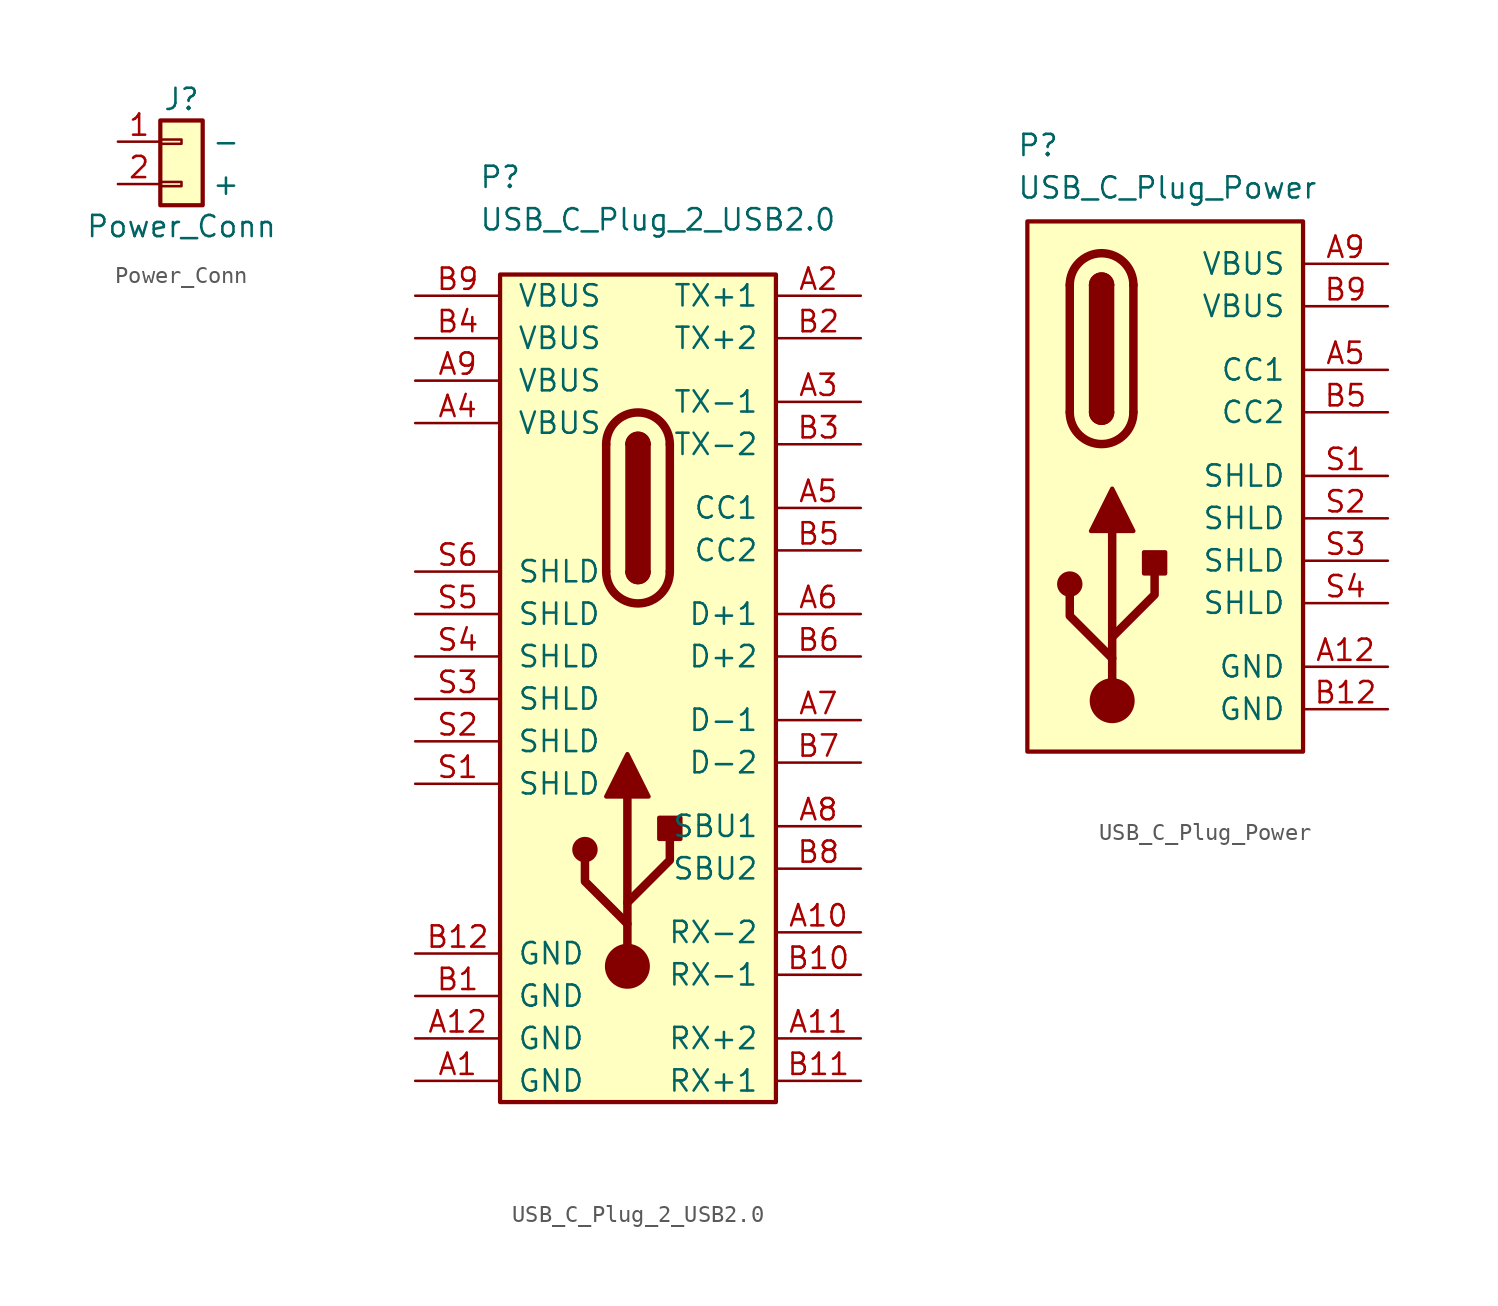
<source format=kicad_sym>
(kicad_symbol_lib
  (version 20211014)
  (generator kicad_symbol_editor)
  (symbol "Power_Conn"
    (pin_names
      (offset 3.048))
    (property "Reference" "J"
      (at 0 2.54 0)
      (effects (font (size 1.27 1.27))))
    (property "Value" "Power_Conn"
      (at 0 -5.08 0)
      (effects (font (size 1.27 1.27))))
    (symbol "Power_Conn_1_1"
      (rectangle (start -1.27 -2.413) (end 0 -2.667) (stroke (width 0.152) (type default) (color 0 0 0 0)) (fill (type none)))
      (rectangle (start -1.27 0.127) (end 0 -0.127) (stroke (width 0.152) (type default) (color 0 0 0 0)) (fill (type none)))
      (rectangle (start -1.27 1.27) (end 1.27 -3.81) (stroke (width 0.254) (type default) (color 0 0 0 0)) (fill (type background)))
      (pin passive line (at -3.81 0 0) (length 2.54) (name "-" (effects (font (size 1.27 1.27)))) (number "1" (effects (font (size 1.27 1.27)))))
      (pin passive line (at -3.81 -2.54 0) (length 2.54) (name "+" (effects (font (size 1.27 1.27)))) (number "2" (effects (font (size 1.27 1.27)))))))
  (symbol "USB_C_Plug_2_USB2.0"
    (pin_names
      (offset 1.016))
    (property "Reference" "P"
      (at -10.16 29.21 0)
      (effects (font (size 1.27 1.27)) (justify left bottom)))
    (property "Value" "USB_C_Plug_2_USB2.0"
      (at -10.16 26.67 0)
      (effects (font (size 1.27 1.27)) (justify left bottom)))
    (symbol "USB_C_Plug_2_USB2.0_0_1"
      (rectangle (start -8.89 24.13) (end 7.62 -25.4) (stroke (width 0.254) (type default) (color 0 0 0 0)) (fill (type background)))
      (circle (center -3.81 -10.287) (radius 0.635) (stroke (width 0.254) (type default) (color 0 0 0 0)) (fill (type outline)))
      (arc (start -2.54 6.35) (mid -0.635 4.445) (end 1.27 6.35) (stroke (width 0.508) (type default) (color 0 0 0 0)) (fill (type none)))
      (circle (center -1.27 -17.272) (radius 1.27) (stroke (width 0) (type default) (color 0 0 0 0)) (fill (type outline)))
      (arc (start -1.27 6.35) (mid -0.635 5.715) (end 0 6.35) (stroke (width 0.254) (type default) (color 0 0 0 0)) (fill (type none)))
      (arc (start -1.27 6.35) (mid -0.635 5.715) (end 0 6.35) (stroke (width 0.254) (type default) (color 0 0 0 0)) (fill (type outline)))
      (rectangle (start -1.27 6.35) (end 0 13.97) (stroke (width 0.254) (type default) (color 0 0 0 0)) (fill (type outline)))
      (polyline (pts (xy -2.54 6.35) (xy -2.54 13.97)) (stroke (width 0.508) (type default) (color 0 0 0 0)) (fill (type none)))
      (polyline (pts (xy -1.27 -17.272) (xy -1.27 -7.112)) (stroke (width 0.508) (type default) (color 0 0 0 0)) (fill (type none)))
      (polyline (pts (xy 1.27 13.97) (xy 1.27 6.35)) (stroke (width 0.508) (type default) (color 0 0 0 0)) (fill (type none)))
      (polyline (pts (xy -1.27 -14.732) (xy -3.81 -12.192) (xy -3.81 -10.922)) (stroke (width 0.508) (type default) (color 0 0 0 0)) (fill (type none)))
      (polyline (pts (xy -1.27 -13.462) (xy 1.27 -10.922) (xy 1.27 -9.652)) (stroke (width 0.508) (type default) (color 0 0 0 0)) (fill (type none)))
      (polyline (pts (xy -2.54 -7.112) (xy -1.27 -4.572) (xy 0 -7.112) (xy -2.54 -7.112)) (stroke (width 0.254) (type default) (color 0 0 0 0)) (fill (type outline)))
      (arc (start 0 13.97) (mid -0.635 14.605) (end -1.27 13.97) (stroke (width 0.254) (type default) (color 0 0 0 0)) (fill (type none)))
      (arc (start 0 13.97) (mid -0.635 14.605) (end -1.27 13.97) (stroke (width 0.254) (type default) (color 0 0 0 0)) (fill (type outline)))
      (rectangle (start 0.635 -9.652) (end 1.905 -8.382) (stroke (width 0.254) (type default) (color 0 0 0 0)) (fill (type outline)))
      (arc (start 1.27 13.97) (mid -0.635 15.875) (end -2.54 13.97) (stroke (width 0.508) (type default) (color 0 0 0 0)) (fill (type none))))
    (symbol "USB_C_Plug_2_USB2.0_1_1"
      (pin passive line (at -13.97 -24.13 0) (length 5.08) (name "GND" (effects (font (size 1.27 1.27)))) (number "A1" (effects (font (size 1.27 1.27)))))
      (pin bidirectional line (at 12.7 -15.24 180) (length 5.08) (name "RX-2" (effects (font (size 1.27 1.27)))) (number "A10" (effects (font (size 1.27 1.27)))))
      (pin bidirectional line (at 12.7 -21.59 180) (length 5.08) (name "RX+2" (effects (font (size 1.27 1.27)))) (number "A11" (effects (font (size 1.27 1.27)))))
      (pin passive line (at -13.97 -21.59 0) (length 5.08) (name "GND" (effects (font (size 1.27 1.27)))) (number "A12" (effects (font (size 1.27 1.27)))))
      (pin bidirectional line (at 12.7 22.86 180) (length 5.08) (name "TX+1" (effects (font (size 1.27 1.27)))) (number "A2" (effects (font (size 1.27 1.27)))))
      (pin bidirectional line (at 12.7 16.51 180) (length 5.08) (name "TX-1" (effects (font (size 1.27 1.27)))) (number "A3" (effects (font (size 1.27 1.27)))))
      (pin passive line (at -13.97 15.24 0) (length 5.08) (name "VBUS" (effects (font (size 1.27 1.27)))) (number "A4" (effects (font (size 1.27 1.27)))))
      (pin bidirectional line (at 12.7 10.16 180) (length 5.08) (name "CC1" (effects (font (size 1.27 1.27)))) (number "A5" (effects (font (size 1.27 1.27)))))
      (pin bidirectional line (at 12.7 3.81 180) (length 5.08) (name "D+1" (effects (font (size 1.27 1.27)))) (number "A6" (effects (font (size 1.27 1.27)))))
      (pin bidirectional line (at 12.7 -2.54 180) (length 5.08) (name "D-1" (effects (font (size 1.27 1.27)))) (number "A7" (effects (font (size 1.27 1.27)))))
      (pin bidirectional line (at 12.7 -8.89 180) (length 5.08) (name "SBU1" (effects (font (size 1.27 1.27)))) (number "A8" (effects (font (size 1.27 1.27)))))
      (pin passive line (at -13.97 17.78 0) (length 5.08) (name "VBUS" (effects (font (size 1.27 1.27)))) (number "A9" (effects (font (size 1.27 1.27)))))
      (pin passive line (at -13.97 -19.05 0) (length 5.08) (name "GND" (effects (font (size 1.27 1.27)))) (number "B1" (effects (font (size 1.27 1.27)))))
      (pin bidirectional line (at 12.7 -17.78 180) (length 5.08) (name "RX-1" (effects (font (size 1.27 1.27)))) (number "B10" (effects (font (size 1.27 1.27)))))
      (pin bidirectional line (at 12.7 -24.13 180) (length 5.08) (name "RX+1" (effects (font (size 1.27 1.27)))) (number "B11" (effects (font (size 1.27 1.27)))))
      (pin passive line (at -13.97 -16.51 0) (length 5.08) (name "GND" (effects (font (size 1.27 1.27)))) (number "B12" (effects (font (size 1.27 1.27)))))
      (pin bidirectional line (at 12.7 20.32 180) (length 5.08) (name "TX+2" (effects (font (size 1.27 1.27)))) (number "B2" (effects (font (size 1.27 1.27)))))
      (pin bidirectional line (at 12.7 13.97 180) (length 5.08) (name "TX-2" (effects (font (size 1.27 1.27)))) (number "B3" (effects (font (size 1.27 1.27)))))
      (pin passive line (at -13.97 20.32 0) (length 5.08) (name "VBUS" (effects (font (size 1.27 1.27)))) (number "B4" (effects (font (size 1.27 1.27)))))
      (pin bidirectional line (at 12.7 7.62 180) (length 5.08) (name "CC2" (effects (font (size 1.27 1.27)))) (number "B5" (effects (font (size 1.27 1.27)))))
      (pin bidirectional line (at 12.7 1.27 180) (length 5.08) (name "D+2" (effects (font (size 1.27 1.27)))) (number "B6" (effects (font (size 1.27 1.27)))))
      (pin bidirectional line (at 12.7 -5.08 180) (length 5.08) (name "D-2" (effects (font (size 1.27 1.27)))) (number "B7" (effects (font (size 1.27 1.27)))))
      (pin bidirectional line (at 12.7 -11.43 180) (length 5.08) (name "SBU2" (effects (font (size 1.27 1.27)))) (number "B8" (effects (font (size 1.27 1.27)))))
      (pin passive line (at -13.97 22.86 0) (length 5.08) (name "VBUS" (effects (font (size 1.27 1.27)))) (number "B9" (effects (font (size 1.27 1.27)))))
      (pin passive line (at -13.97 -6.35 0) (length 5.08) (name "SHLD" (effects (font (size 1.27 1.27)))) (number "S1" (effects (font (size 1.27 1.27)))))
      (pin passive line (at -13.97 -3.81 0) (length 5.08) (name "SHLD" (effects (font (size 1.27 1.27)))) (number "S2" (effects (font (size 1.27 1.27)))))
      (pin passive line (at -13.97 -1.27 0) (length 5.08) (name "SHLD" (effects (font (size 1.27 1.27)))) (number "S3" (effects (font (size 1.27 1.27)))))
      (pin passive line (at -13.97 1.27 0) (length 5.08) (name "SHLD" (effects (font (size 1.27 1.27)))) (number "S4" (effects (font (size 1.27 1.27)))))
      (pin passive line (at -13.97 3.81 0) (length 5.08) (name "SHLD" (effects (font (size 1.27 1.27)))) (number "S5" (effects (font (size 1.27 1.27)))))
      (pin passive line (at -13.97 6.35 0) (length 5.08) (name "SHLD" (effects (font (size 1.27 1.27)))) (number "S6" (effects (font (size 1.27 1.27)))))))
  (symbol "USB_C_Plug_Power"
    (pin_names
      (offset 1.016))
    (property "Reference" "P"
      (at -9.525 19.685 0)
      (effects (font (size 1.27 1.27)) (justify left bottom)))
    (property "Value" "USB_C_Plug_Power"
      (at -9.525 17.145 0)
      (effects (font (size 1.27 1.27)) (justify left bottom)))
    (symbol "USB_C_Plug_Power_0_1"
      (rectangle (start -8.89 15.875) (end 7.62 -15.875) (stroke (width 0.254) (type default) (color 0 0 0 0)) (fill (type background)))
      (circle (center -6.35 -5.842) (radius 0.635) (stroke (width 0.254) (type default) (color 0 0 0 0)) (fill (type outline)))
      (arc (start -6.35 4.445) (mid -4.445 2.54) (end -2.54 4.445) (stroke (width 0.508) (type default) (color 0 0 0 0)) (fill (type none)))
      (arc (start -5.08 4.445) (mid -4.445 3.81) (end -3.81 4.445) (stroke (width 0.254) (type default) (color 0 0 0 0)) (fill (type none)))
      (arc (start -5.08 4.445) (mid -4.445 3.81) (end -3.81 4.445) (stroke (width 0.254) (type default) (color 0 0 0 0)) (fill (type outline)))
      (rectangle (start -5.08 4.445) (end -3.81 12.065) (stroke (width 0.254) (type default) (color 0 0 0 0)) (fill (type outline)))
      (circle (center -3.81 -12.827) (radius 1.27) (stroke (width 0) (type default) (color 0 0 0 0)) (fill (type outline)))
      (arc (start -3.81 12.065) (mid -4.445 12.7) (end -5.08 12.065) (stroke (width 0.254) (type default) (color 0 0 0 0)) (fill (type none)))
      (arc (start -3.81 12.065) (mid -4.445 12.7) (end -5.08 12.065) (stroke (width 0.254) (type default) (color 0 0 0 0)) (fill (type outline)))
      (arc (start -2.54 12.065) (mid -4.445 13.97) (end -6.35 12.065) (stroke (width 0.508) (type default) (color 0 0 0 0)) (fill (type none)))
      (rectangle (start -1.905 -5.207) (end -0.635 -3.937) (stroke (width 0.254) (type default) (color 0 0 0 0)) (fill (type outline)))
      (polyline (pts (xy -6.35 4.445) (xy -6.35 12.065)) (stroke (width 0.508) (type default) (color 0 0 0 0)) (fill (type none)))
      (polyline (pts (xy -3.81 -12.827) (xy -3.81 -2.667)) (stroke (width 0.508) (type default) (color 0 0 0 0)) (fill (type none)))
      (polyline (pts (xy -2.54 12.065) (xy -2.54 4.445)) (stroke (width 0.508) (type default) (color 0 0 0 0)) (fill (type none)))
      (polyline (pts (xy -3.81 -10.287) (xy -6.35 -7.747) (xy -6.35 -6.477)) (stroke (width 0.508) (type default) (color 0 0 0 0)) (fill (type none)))
      (polyline (pts (xy -3.81 -9.017) (xy -1.27 -6.477) (xy -1.27 -5.207)) (stroke (width 0.508) (type default) (color 0 0 0 0)) (fill (type none)))
      (polyline (pts (xy -5.08 -2.667) (xy -3.81 -0.127) (xy -2.54 -2.667) (xy -5.08 -2.667)) (stroke (width 0.254) (type default) (color 0 0 0 0)) (fill (type outline))))
    (symbol "USB_C_Plug_Power_1_1"
      (pin passive line (at 12.7 -10.795 180) (length 5.08) (name "GND" (effects (font (size 1.27 1.27)))) (number "A12" (effects (font (size 1.27 1.27)))))
      (pin bidirectional line (at 12.7 6.985 180) (length 5.08) (name "CC1" (effects (font (size 1.27 1.27)))) (number "A5" (effects (font (size 1.27 1.27)))))
      (pin power_in line (at 12.7 13.335 180) (length 5.08) (name "VBUS" (effects (font (size 1.27 1.27)))) (number "A9" (effects (font (size 1.27 1.27)))))
      (pin passive line (at 12.7 -13.335 180) (length 5.08) (name "GND" (effects (font (size 1.27 1.27)))) (number "B12" (effects (font (size 1.27 1.27)))))
      (pin bidirectional line (at 12.7 4.445 180) (length 5.08) (name "CC2" (effects (font (size 1.27 1.27)))) (number "B5" (effects (font (size 1.27 1.27)))))
      (pin power_in line (at 12.7 10.795 180) (length 5.08) (name "VBUS" (effects (font (size 1.27 1.27)))) (number "B9" (effects (font (size 1.27 1.27)))))
      (pin passive line (at 12.7 0.635 180) (length 5.08) (name "SHLD" (effects (font (size 1.27 1.27)))) (number "S1" (effects (font (size 1.27 1.27)))))
      (pin passive line (at 12.7 -1.905 180) (length 5.08) (name "SHLD" (effects (font (size 1.27 1.27)))) (number "S2" (effects (font (size 1.27 1.27)))))
      (pin passive line (at 12.7 -4.445 180) (length 5.08) (name "SHLD" (effects (font (size 1.27 1.27)))) (number "S3" (effects (font (size 1.27 1.27)))))
      (pin passive line (at 12.7 -6.985 180) (length 5.08) (name "SHLD" (effects (font (size 1.27 1.27)))) (number "S4" (effects (font (size 1.27 1.27))))))))
</source>
